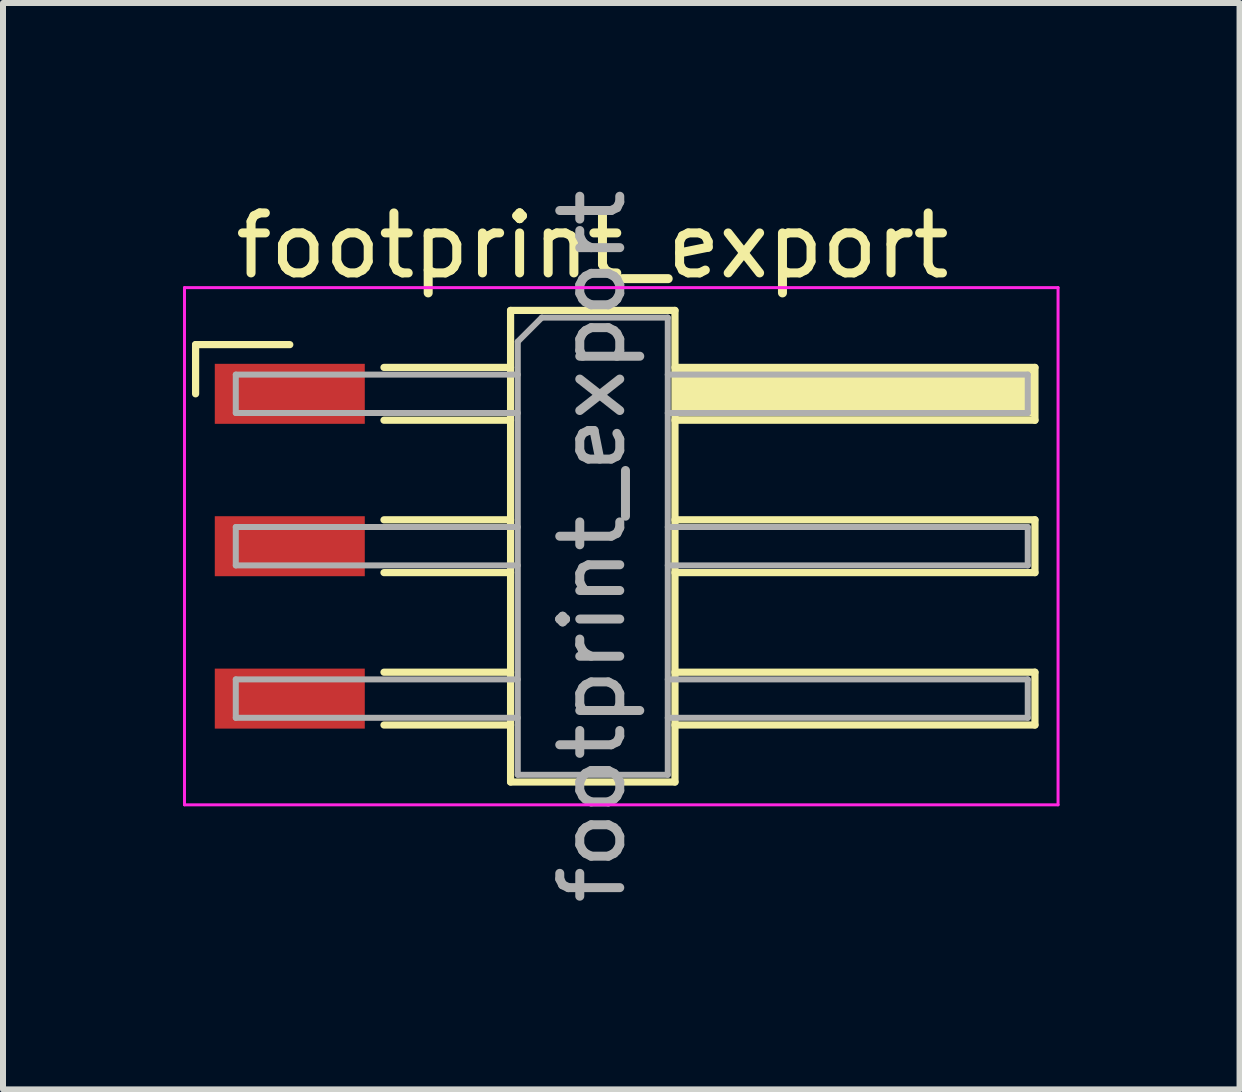
<source format=kicad_pcb>
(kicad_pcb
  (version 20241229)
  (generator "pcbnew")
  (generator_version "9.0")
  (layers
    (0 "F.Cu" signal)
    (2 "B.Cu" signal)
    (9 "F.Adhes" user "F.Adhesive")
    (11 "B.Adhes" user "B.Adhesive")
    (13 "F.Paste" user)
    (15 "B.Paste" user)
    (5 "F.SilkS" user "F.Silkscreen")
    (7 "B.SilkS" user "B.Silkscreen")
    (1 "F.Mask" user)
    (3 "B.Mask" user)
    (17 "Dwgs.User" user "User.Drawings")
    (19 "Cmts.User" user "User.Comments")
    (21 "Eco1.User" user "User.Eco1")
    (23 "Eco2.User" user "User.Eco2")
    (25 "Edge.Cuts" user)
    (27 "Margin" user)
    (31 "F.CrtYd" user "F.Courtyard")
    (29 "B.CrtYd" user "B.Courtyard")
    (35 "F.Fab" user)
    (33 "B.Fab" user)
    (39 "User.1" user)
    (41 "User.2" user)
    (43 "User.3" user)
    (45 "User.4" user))
  (footprint "footprint_export"
    (layer "F.Cu")
    (at 7.305 6.054)
    (property "Reference" "footprint_export" (at -0.48 -5.01 0) (layer "F.SilkS") (effects (font (size 1 1) (thickness 0.15))))
    (attr smd)
    (fp_line (start -7.095 -3.36) (end -5.525 -3.36) (stroke (width 0.12) (type solid)) (layer "F.SilkS"))
    (fp_line (start -7.095 -2.54) (end -7.095 -3.36) (stroke (width 0.12) (type solid)) (layer "F.SilkS"))
    (fp_line (start -3.955 -2.98) (end -1.845 -2.98) (stroke (width 0.12) (type solid)) (layer "F.SilkS"))
    (fp_line (start -3.955 -2.1) (end -1.845 -2.1) (stroke (width 0.12) (type solid)) (layer "F.SilkS"))
    (fp_line (start -3.955 -0.44) (end -1.845 -0.44) (stroke (width 0.12) (type solid)) (layer "F.SilkS"))
    (fp_line (start -3.955 0.44) (end -1.845 0.44) (stroke (width 0.12) (type solid)) (layer "F.SilkS"))
    (fp_line (start -3.955 2.1) (end -1.845 2.1) (stroke (width 0.12) (type solid)) (layer "F.SilkS"))
    (fp_line (start -3.955 2.98) (end -1.845 2.98) (stroke (width 0.12) (type solid)) (layer "F.SilkS"))
    (fp_line (start -1.845 -3.93) (end 0.895 -3.93) (stroke (width 0.12) (type solid)) (layer "F.SilkS"))
    (fp_line (start -1.845 3.93) (end -1.845 -3.93) (stroke (width 0.12) (type solid)) (layer "F.SilkS"))
    (fp_line (start 0.895 -3.93) (end 0.895 3.93) (stroke (width 0.12) (type solid)) (layer "F.SilkS"))
    (fp_line (start 0.895 -2.98) (end 6.895 -2.98) (stroke (width 0.12) (type solid)) (layer "F.SilkS"))
    (fp_line (start 0.895 -0.44) (end 6.895 -0.44) (stroke (width 0.12) (type solid)) (layer "F.SilkS"))
    (fp_line (start 0.895 2.1) (end 6.895 2.1) (stroke (width 0.12) (type solid)) (layer "F.SilkS"))
    (fp_line (start 0.895 3.93) (end -1.845 3.93) (stroke (width 0.12) (type solid)) (layer "F.SilkS"))
    (fp_line (start 6.895 -2.98) (end 6.895 -2.1) (stroke (width 0.12) (type solid)) (layer "F.SilkS"))
    (fp_line (start 6.895 -2.1) (end 0.895 -2.1) (stroke (width 0.12) (type solid)) (layer "F.SilkS"))
    (fp_line (start 6.895 -0.44) (end 6.895 0.44) (stroke (width 0.12) (type solid)) (layer "F.SilkS"))
    (fp_line (start 6.895 0.44) (end 0.895 0.44) (stroke (width 0.12) (type solid)) (layer "F.SilkS"))
    (fp_line (start 6.895 2.1) (end 6.895 2.98) (stroke (width 0.12) (type solid)) (layer "F.SilkS"))
    (fp_line (start 6.895 2.98) (end 0.895 2.98) (stroke (width 0.12) (type solid)) (layer "F.SilkS"))
    (fp_line (start -7.28 -4.31) (end 7.28 -4.31) (stroke (width 0.05) (type solid)) (layer "F.CrtYd"))
    (fp_line (start -7.28 4.31) (end -7.28 -4.31) (stroke (width 0.05) (type solid)) (layer "F.CrtYd"))
    (fp_line (start 7.28 -4.31) (end 7.28 4.31) (stroke (width 0.05) (type solid)) (layer "F.CrtYd"))
    (fp_line (start 7.28 4.31) (end -7.28 4.31) (stroke (width 0.05) (type solid)) (layer "F.CrtYd"))
    (fp_line (start -6.425 -2.86) (end -6.425 -2.22) (stroke (width 0.1) (type solid)) (layer "F.Fab"))
    (fp_line (start -6.425 -2.22) (end -1.725 -2.22) (stroke (width 0.1) (type solid)) (layer "F.Fab"))
    (fp_line (start -6.425 -0.32) (end -6.425 0.32) (stroke (width 0.1) (type solid)) (layer "F.Fab"))
    (fp_line (start -6.425 0.32) (end -1.725 0.32) (stroke (width 0.1) (type solid)) (layer "F.Fab"))
    (fp_line (start -6.425 2.22) (end -6.425 2.86) (stroke (width 0.1) (type solid)) (layer "F.Fab"))
    (fp_line (start -6.425 2.86) (end -1.725 2.86) (stroke (width 0.1) (type solid)) (layer "F.Fab"))
    (fp_line (start -1.725 -3.41) (end -1.325 -3.81) (stroke (width 0.1) (type solid)) (layer "F.Fab"))
    (fp_line (start -1.725 -2.86) (end -6.425 -2.86) (stroke (width 0.1) (type solid)) (layer "F.Fab"))
    (fp_line (start -1.725 -0.32) (end -6.425 -0.32) (stroke (width 0.1) (type solid)) (layer "F.Fab"))
    (fp_line (start -1.725 2.22) (end -6.425 2.22) (stroke (width 0.1) (type solid)) (layer "F.Fab"))
    (fp_line (start -1.725 3.81) (end -1.725 -3.41) (stroke (width 0.1) (type solid)) (layer "F.Fab"))
    (fp_line (start -1.325 -3.81) (end 0.775 -3.81) (stroke (width 0.1) (type solid)) (layer "F.Fab"))
    (fp_line (start 0.775 -3.81) (end 0.775 3.81) (stroke (width 0.1) (type solid)) (layer "F.Fab"))
    (fp_line (start 0.775 -2.86) (end 6.775 -2.86) (stroke (width 0.1) (type solid)) (layer "F.Fab"))
    (fp_line (start 0.775 -0.32) (end 6.775 -0.32) (stroke (width 0.1) (type solid)) (layer "F.Fab"))
    (fp_line (start 0.775 2.22) (end 6.775 2.22) (stroke (width 0.1) (type solid)) (layer "F.Fab"))
    (fp_line (start 0.775 3.81) (end -1.725 3.81) (stroke (width 0.1) (type solid)) (layer "F.Fab"))
    (fp_line (start 6.775 -2.86) (end 6.775 -2.22) (stroke (width 0.1) (type solid)) (layer "F.Fab"))
    (fp_line (start 6.775 -2.22) (end 0.775 -2.22) (stroke (width 0.1) (type solid)) (layer "F.Fab"))
    (fp_line (start 6.775 -0.32) (end 6.775 0.32) (stroke (width 0.1) (type solid)) (layer "F.Fab"))
    (fp_line (start 6.775 0.32) (end 0.775 0.32) (stroke (width 0.1) (type solid)) (layer "F.Fab"))
    (fp_line (start 6.775 2.22) (end 6.775 2.86) (stroke (width 0.1) (type solid)) (layer "F.Fab"))
    (fp_line (start 6.775 2.86) (end 0.775 2.86) (stroke (width 0.1) (type solid)) (layer "F.Fab"))
    (fp_text user "${REFERENCE}" (at -0.48 0 90) (layer "F.Fab") (effects (font (size 1 1) (thickness 0.15))))
    (pad "" smd rect (at 3.895 -2.54) (size 6 0.76) (layers "F.SilkS"))
    (pad "1" smd rect (at -5.525 -2.54) (size 2.5 1) (layers "F.Cu" "F.Mask" "F.Paste"))
    (pad "2" smd rect (at -5.525 0) (size 2.5 1) (layers "F.Cu" "F.Mask" "F.Paste"))
    (pad "3" smd rect (at -5.525 2.54) (size 2.5 1) (layers "F.Cu" "F.Mask" "F.Paste")))
  (gr_rect
    (start -3 -3)
    (end 17.61 15.107)
    (stroke (width 0.1) (type default))
    (fill no)
    (layer "Edge.Cuts")))
</source>
